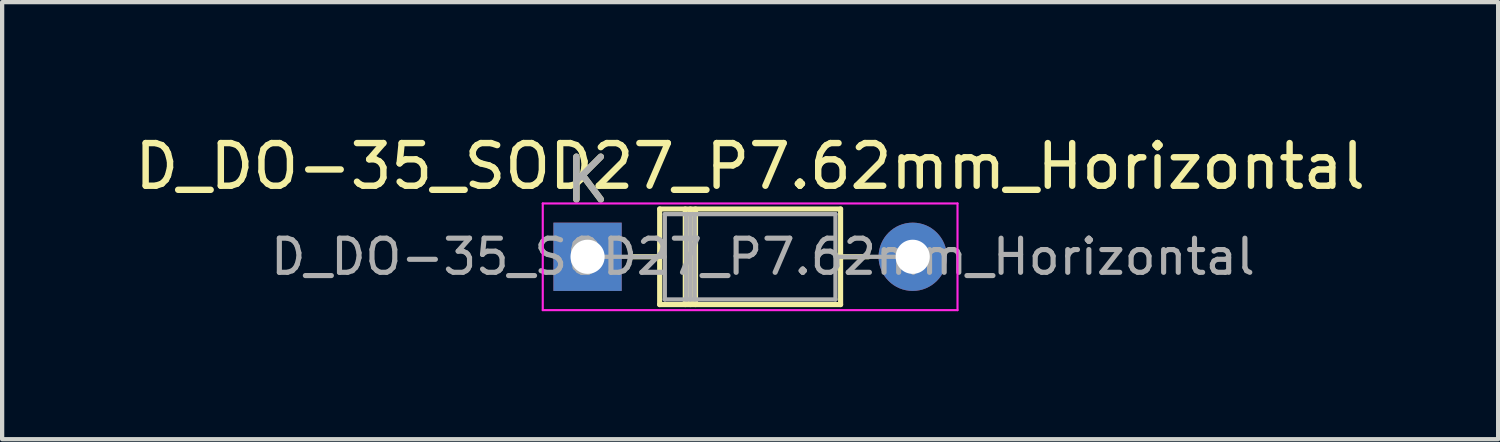
<source format=kicad_pcb>
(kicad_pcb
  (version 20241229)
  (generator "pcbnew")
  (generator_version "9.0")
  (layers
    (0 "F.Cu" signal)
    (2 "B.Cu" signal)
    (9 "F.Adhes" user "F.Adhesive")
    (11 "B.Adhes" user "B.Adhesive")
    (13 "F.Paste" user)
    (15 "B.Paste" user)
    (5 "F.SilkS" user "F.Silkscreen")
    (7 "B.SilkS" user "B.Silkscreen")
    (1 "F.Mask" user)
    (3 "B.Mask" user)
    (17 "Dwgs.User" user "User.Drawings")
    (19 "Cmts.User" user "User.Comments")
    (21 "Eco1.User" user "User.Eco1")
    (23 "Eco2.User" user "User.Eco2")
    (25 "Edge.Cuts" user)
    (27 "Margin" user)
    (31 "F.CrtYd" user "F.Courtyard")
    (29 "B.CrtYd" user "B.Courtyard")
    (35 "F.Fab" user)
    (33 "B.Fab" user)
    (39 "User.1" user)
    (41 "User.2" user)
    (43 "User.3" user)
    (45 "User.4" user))
  (footprint "D_DO-35_SOD27_P7.62mm_Horizontal"
    (layer "F.Cu")
    (at 10.72 2.968)
    (property "Reference" "D_DO-35_SOD27_P7.62mm_Horizontal" (at 3.81 -2.12 0) (layer "F.SilkS") (effects (font (size 1 1) (thickness 0.15))))
    (attr through_hole)
    (fp_line (start 1.04 0) (end 1.69 0) (stroke (width 0.12) (type solid)) (layer "F.SilkS"))
    (fp_line (start 1.69 -1.12) (end 1.69 1.12) (stroke (width 0.12) (type solid)) (layer "F.SilkS"))
    (fp_line (start 1.69 1.12) (end 5.93 1.12) (stroke (width 0.12) (type solid)) (layer "F.SilkS"))
    (fp_line (start 2.29 -1.12) (end 2.29 1.12) (stroke (width 0.12) (type solid)) (layer "F.SilkS"))
    (fp_line (start 2.41 -1.12) (end 2.41 1.12) (stroke (width 0.12) (type solid)) (layer "F.SilkS"))
    (fp_line (start 2.53 -1.12) (end 2.53 1.12) (stroke (width 0.12) (type solid)) (layer "F.SilkS"))
    (fp_line (start 5.93 -1.12) (end 1.69 -1.12) (stroke (width 0.12) (type solid)) (layer "F.SilkS"))
    (fp_line (start 5.93 1.12) (end 5.93 -1.12) (stroke (width 0.12) (type solid)) (layer "F.SilkS"))
    (fp_line (start 6.58 0) (end 5.93 0) (stroke (width 0.12) (type solid)) (layer "F.SilkS"))
    (fp_line (start -1.05 -1.25) (end -1.05 1.25) (stroke (width 0.05) (type solid)) (layer "F.CrtYd"))
    (fp_line (start -1.05 1.25) (end 8.67 1.25) (stroke (width 0.05) (type solid)) (layer "F.CrtYd"))
    (fp_line (start 8.67 -1.25) (end -1.05 -1.25) (stroke (width 0.05) (type solid)) (layer "F.CrtYd"))
    (fp_line (start 8.67 1.25) (end 8.67 -1.25) (stroke (width 0.05) (type solid)) (layer "F.CrtYd"))
    (fp_line (start 0 0) (end 1.81 0) (stroke (width 0.1) (type solid)) (layer "F.Fab"))
    (fp_line (start 1.81 -1) (end 1.81 1) (stroke (width 0.1) (type solid)) (layer "F.Fab"))
    (fp_line (start 1.81 1) (end 5.81 1) (stroke (width 0.1) (type solid)) (layer "F.Fab"))
    (fp_line (start 2.31 -1) (end 2.31 1) (stroke (width 0.1) (type solid)) (layer "F.Fab"))
    (fp_line (start 2.41 -1) (end 2.41 1) (stroke (width 0.1) (type solid)) (layer "F.Fab"))
    (fp_line (start 2.51 -1) (end 2.51 1) (stroke (width 0.1) (type solid)) (layer "F.Fab"))
    (fp_line (start 5.81 -1) (end 1.81 -1) (stroke (width 0.1) (type solid)) (layer "F.Fab"))
    (fp_line (start 5.81 1) (end 5.81 -1) (stroke (width 0.1) (type solid)) (layer "F.Fab"))
    (fp_line (start 7.62 0) (end 5.81 0) (stroke (width 0.1) (type solid)) (layer "F.Fab"))
    (fp_text user "K" (at 0 -1.8 0) (layer "F.SilkS") (effects (font (size 1 1) (thickness 0.15))))
    (fp_text user "${REFERENCE}" (at 4.11 0 0) (layer "F.Fab") (effects (font (size 0.8 0.8) (thickness 0.12))))
    (fp_text user "K" (at 0 -1.8 0) (layer "F.Fab") (effects (font (size 1 1) (thickness 0.15))))
    (pad "1" thru_hole rect (at 0 0) (size 1.6 1.6) (drill 0.8) (layers "*.Cu" "*.Mask"))
    (pad "2" thru_hole oval (at 7.62 0) (size 1.6 1.6) (drill 0.8) (layers "*.Cu" "*.Mask")))
  (gr_rect
    (start -3 -3)
    (end 32.06 7.243)
    (stroke (width 0.1) (type default))
    (fill no)
    (layer "Edge.Cuts")))
</source>
